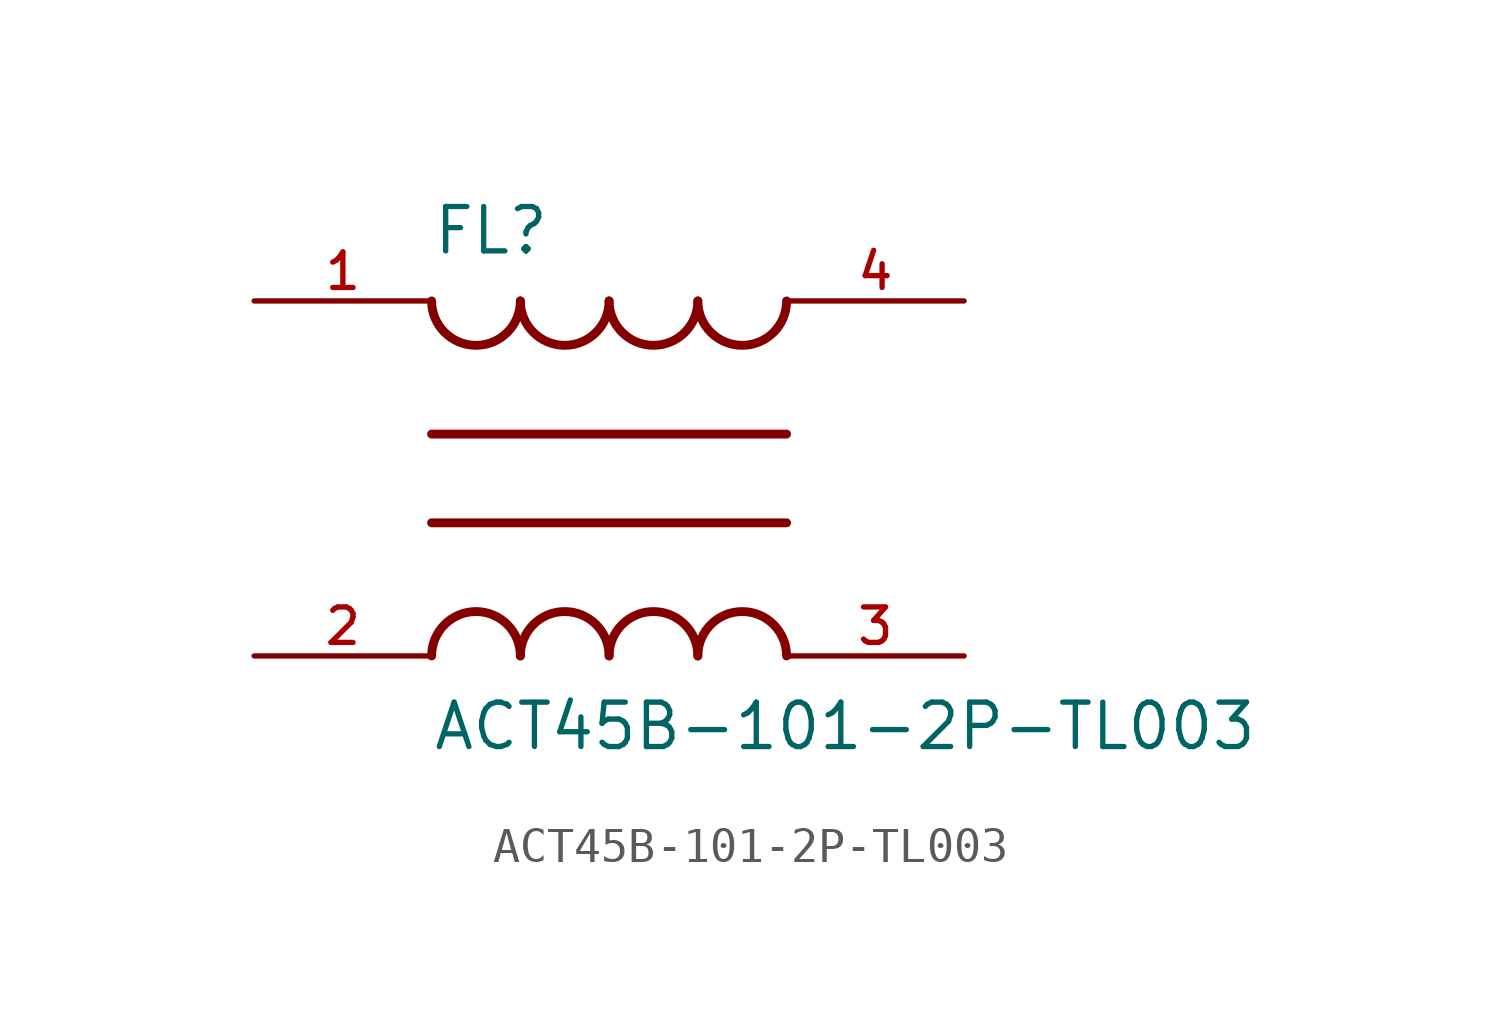
<source format=kicad_sym>
(kicad_symbol_lib
  (version 20211014)
  (generator kicad_symbol_editor)
  (symbol "ACT45B-101-2P-TL003"
    (pin_names
      (offset 1.016))
    (property "Reference" "FL"
      (at -5.08 6.35 0)
      (effects (font (size 1.27 1.27)) (justify bottom left)))
    (property "Value" "ACT45B-101-2P-TL003"
      (at -5.08 -6.35 0)
      (effects (font (size 1.27 1.27)) (justify top left)))
    (symbol "ACT45B-101-2P-TL003_0_0"
      (arc (start -2.54 -5.08) (mid -3.81 -3.81) (end -5.08 -5.08) (stroke (width 0.254) (type default) (color 0 0 0 0)) (fill (type none)))
      (arc (start 0.0 -5.08) (mid -1.27 -3.81) (end -2.54 -5.08) (stroke (width 0.254) (type default) (color 0 0 0 0)) (fill (type none)))
      (arc (start 2.54 -5.08) (mid 1.27 -3.81) (end 0.0 -5.08) (stroke (width 0.254) (type default) (color 0 0 0 0)) (fill (type none)))
      (arc (start 5.08 -5.08) (mid 3.81 -3.81) (end 2.54 -5.08) (stroke (width 0.254) (type default) (color 0 0 0 0)) (fill (type none)))
      (polyline (pts (xy -5.08 -1.27) (xy 5.08 -1.27)) (stroke (width 0.254)))
      (arc (start 2.54 5.08) (mid 3.81 3.81) (end 5.08 5.08) (stroke (width 0.254) (type default) (color 0 0 0 0)) (fill (type none)))
      (arc (start 0.0 5.08) (mid 1.27 3.81) (end 2.54 5.08) (stroke (width 0.254) (type default) (color 0 0 0 0)) (fill (type none)))
      (arc (start -2.54 5.08) (mid -1.27 3.81) (end 0.0 5.08) (stroke (width 0.254) (type default) (color 0 0 0 0)) (fill (type none)))
      (arc (start -5.08 5.08) (mid -3.81 3.81) (end -2.54 5.08) (stroke (width 0.254) (type default) (color 0 0 0 0)) (fill (type none)))
      (polyline (pts (xy 5.08 1.27) (xy -5.08 1.27)) (stroke (width 0.254)))
      (pin passive line (at 10.16 5.08 180.0) (length 5.08) (name "~" (effects (font (size 1.016 1.016)))) (number "4" (effects (font (size 1.016 1.016)))))
      (pin passive line (at 10.16 -5.08 180.0) (length 5.08) (name "~" (effects (font (size 1.016 1.016)))) (number "3" (effects (font (size 1.016 1.016)))))
      (pin passive line (at -10.16 -5.08 0) (length 5.08) (name "~" (effects (font (size 1.016 1.016)))) (number "2" (effects (font (size 1.016 1.016)))))
      (pin passive line (at -10.16 5.08 0) (length 5.08) (name "~" (effects (font (size 1.016 1.016)))) (number "1" (effects (font (size 1.016 1.016))))))))
</source>
